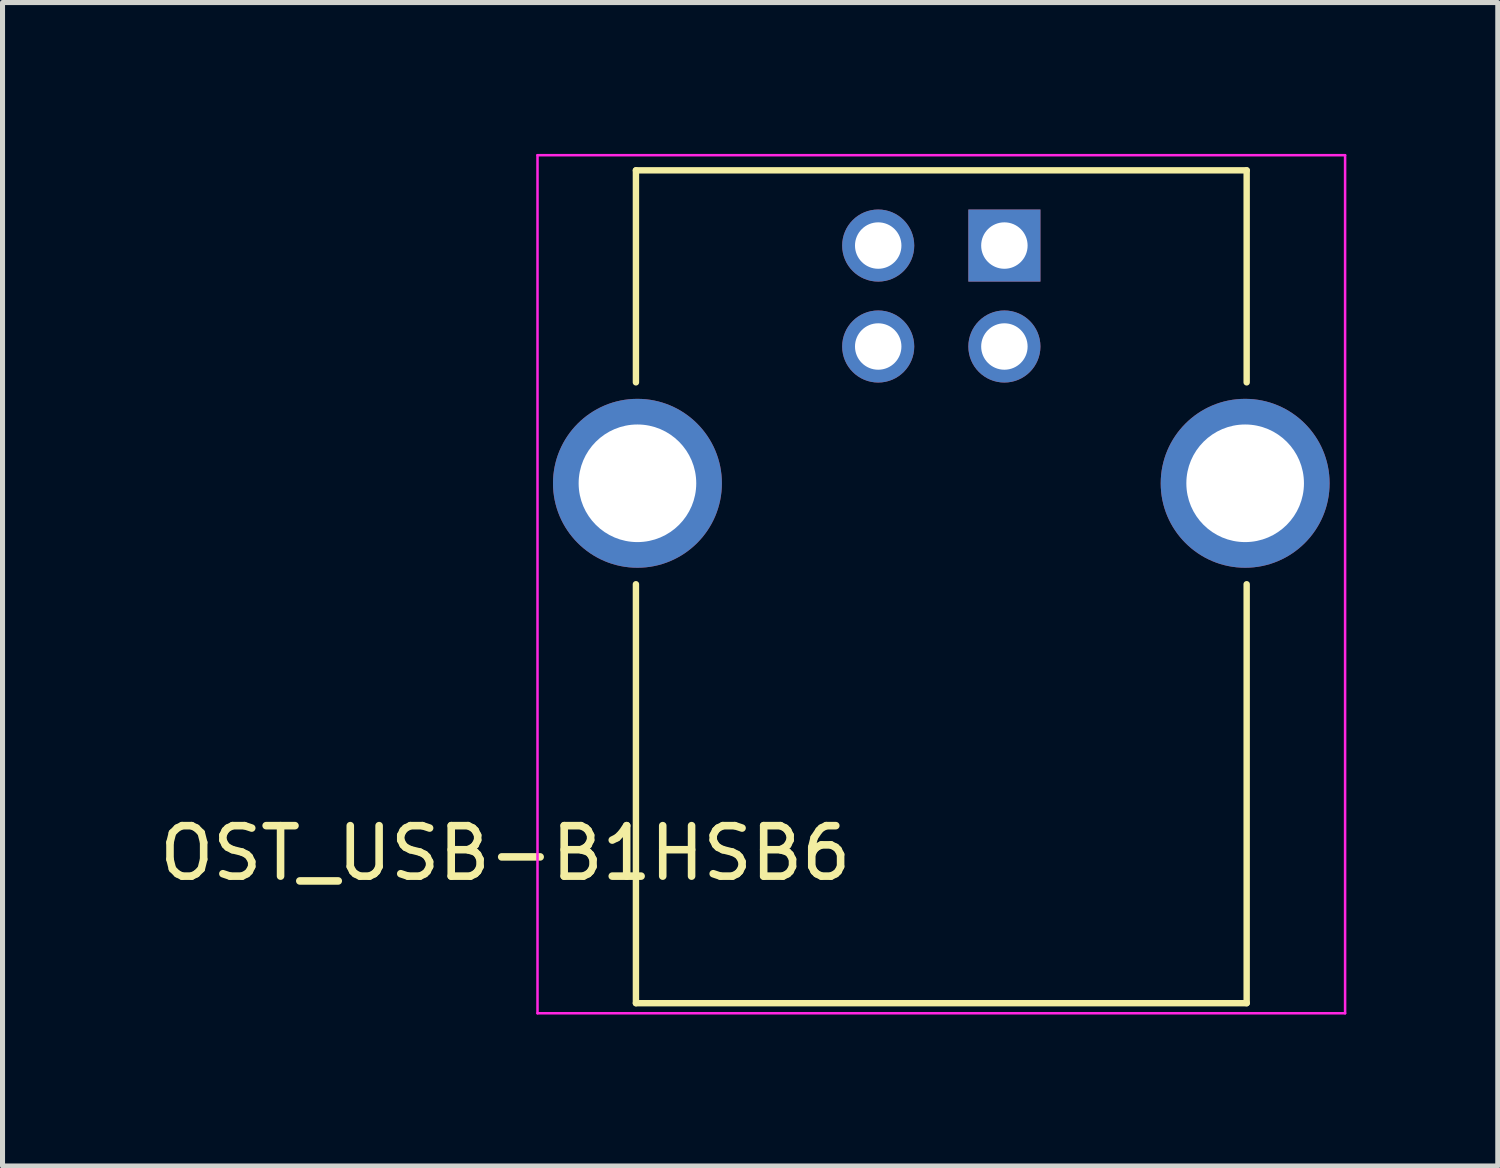
<source format=kicad_pcb>
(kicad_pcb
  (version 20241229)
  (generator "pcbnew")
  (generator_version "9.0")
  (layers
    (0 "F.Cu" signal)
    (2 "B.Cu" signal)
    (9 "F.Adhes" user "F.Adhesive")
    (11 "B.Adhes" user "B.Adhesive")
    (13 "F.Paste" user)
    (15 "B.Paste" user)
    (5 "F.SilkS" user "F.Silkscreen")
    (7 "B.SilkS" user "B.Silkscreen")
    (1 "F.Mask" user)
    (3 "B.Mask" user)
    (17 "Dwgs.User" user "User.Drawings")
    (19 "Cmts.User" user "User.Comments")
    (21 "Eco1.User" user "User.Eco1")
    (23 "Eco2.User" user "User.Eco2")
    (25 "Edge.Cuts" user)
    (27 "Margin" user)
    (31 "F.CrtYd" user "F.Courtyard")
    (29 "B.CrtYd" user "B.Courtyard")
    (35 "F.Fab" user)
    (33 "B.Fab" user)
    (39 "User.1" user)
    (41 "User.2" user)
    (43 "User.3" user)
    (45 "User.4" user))
  (footprint "OST_USB-B1HSB6"
    (layer "F.Cu")
    (at 15.599 6.525)
    (property "Reference" "OST_USB-B1HSB6" (at -8.638 7.328 180) (layer "F.SilkS") (effects (font (size 1 1) (thickness 0.15))))
    (attr through_hole)
    (fp_line (start -6.05 -6.2) (end 6.05 -6.2) (stroke (width 0.127) (type solid)) (layer "F.SilkS"))
    (fp_line (start -6.05 -2) (end -6.05 -6.2) (stroke (width 0.127) (type solid)) (layer "F.SilkS"))
    (fp_line (start -6.05 10.3) (end -6.05 2) (stroke (width 0.127) (type solid)) (layer "F.SilkS"))
    (fp_line (start 6.05 -6.2) (end 6.05 -2) (stroke (width 0.127) (type solid)) (layer "F.SilkS"))
    (fp_line (start 6.05 2) (end 6.05 10.3) (stroke (width 0.127) (type solid)) (layer "F.SilkS"))
    (fp_line (start 6.05 10.3) (end -6.05 10.3) (stroke (width 0.127) (type solid)) (layer "F.SilkS"))
    (fp_line (start -8 -6.5) (end 8 -6.5) (stroke (width 0.05) (type solid)) (layer "F.CrtYd"))
    (fp_line (start -8 10.5) (end -8 -6.5) (stroke (width 0.05) (type solid)) (layer "F.CrtYd"))
    (fp_line (start 8 -6.5) (end 8 10.5) (stroke (width 0.05) (type solid)) (layer "F.CrtYd"))
    (fp_line (start 8 10.5) (end -8 10.5) (stroke (width 0.05) (type solid)) (layer "F.CrtYd"))
    (pad "1" thru_hole rect (at 1.25 -4.71) (size 1.428 1.428) (drill 0.92) (layers "*.Cu" "*.Mask"))
    (pad "2" thru_hole circle (at -1.25 -4.71) (size 1.428 1.428) (drill 0.92) (layers "*.Cu" "*.Mask"))
    (pad "3" thru_hole circle (at -1.25 -2.71) (size 1.428 1.428) (drill 0.92) (layers "*.Cu" "*.Mask"))
    (pad "4" thru_hole circle (at 1.25 -2.71) (size 1.428 1.428) (drill 0.92) (layers "*.Cu" "*.Mask"))
    (pad "5" thru_hole circle (at -6.02 0) (size 3.346 3.346) (drill 2.33) (layers "*.Cu" "*.Mask"))
    (pad "5" thru_hole circle (at 6.02 0) (size 3.346 3.346) (drill 2.33) (layers "*.Cu" "*.Mask")))
  (gr_rect
    (start -3 -3)
    (end 26.624 20.05)
    (stroke (width 0.1) (type default))
    (fill no)
    (layer "Edge.Cuts")))
</source>
